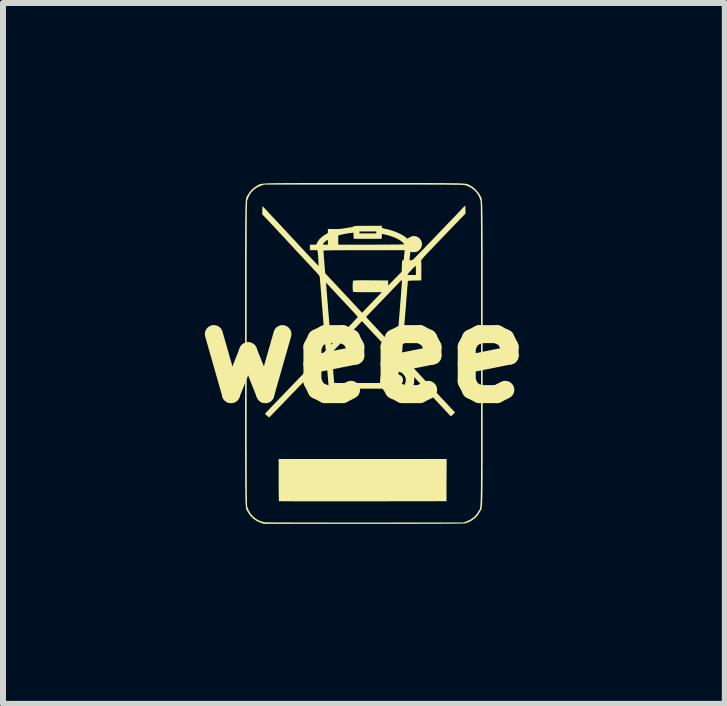
<source format=kicad_pcb>
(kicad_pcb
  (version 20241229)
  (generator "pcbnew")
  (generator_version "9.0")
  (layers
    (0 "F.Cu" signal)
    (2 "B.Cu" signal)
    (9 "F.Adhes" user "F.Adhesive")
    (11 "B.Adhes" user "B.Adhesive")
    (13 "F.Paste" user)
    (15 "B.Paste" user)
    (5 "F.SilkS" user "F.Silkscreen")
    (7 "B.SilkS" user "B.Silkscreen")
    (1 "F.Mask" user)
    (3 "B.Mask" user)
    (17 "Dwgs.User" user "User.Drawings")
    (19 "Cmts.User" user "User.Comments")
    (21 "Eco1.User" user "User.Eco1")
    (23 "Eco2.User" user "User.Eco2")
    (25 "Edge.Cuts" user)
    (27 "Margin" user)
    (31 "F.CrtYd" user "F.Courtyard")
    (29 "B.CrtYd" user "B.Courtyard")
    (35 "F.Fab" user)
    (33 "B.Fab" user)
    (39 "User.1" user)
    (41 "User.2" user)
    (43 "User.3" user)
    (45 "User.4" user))
  (footprint "weee"
    (layer "F.Cu")
    (at 3.014 2.84)
    (property "Reference" "weee" (at 0 0 0) (layer "F.SilkS") (effects (font (size 1.5 1.5) (thickness 0.3))))
    (attr board_only exclude_from_pos_files exclude_from_bom)
    (fp_poly (pts (xy 0.583 0.352) (xy 0.614 0.367) (xy 0.638 0.393) (xy 0.639 0.393) (xy 0.651 0.423) (xy 0.652 0.455) (xy 0.644 0.486) (xy 0.625 0.513) (xy 0.606 0.529) (xy 0.58 0.538) (xy 0.55 0.539) (xy 0.521 0.533) (xy 0.509 0.527) (xy 0.483 0.504) (xy 0.467 0.477) (xy 0.461 0.447) (xy 0.465 0.417) (xy 0.478 0.39) (xy 0.499 0.368) (xy 0.528 0.353) (xy 0.549 0.349)) (stroke (width 0) (type solid)) (fill yes) (layer "F.SilkS"))
    (fp_poly (pts (xy 1.378 2.112) (xy 1.377 2.463) (xy -0.017 2.465) (xy -0.153 2.465) (xy -0.284 2.465) (xy -0.412 2.465) (xy -0.535 2.465) (xy -0.652 2.465) (xy -0.764 2.465) (xy -0.869 2.465) (xy -0.966 2.465) (xy -1.056 2.465) (xy -1.137 2.465) (xy -1.209 2.464) (xy -1.272 2.464) (xy -1.324 2.464) (xy -1.365 2.463) (xy -1.394 2.463) (xy -1.411 2.463) (xy -1.416 2.462) (xy -1.416 2.455) (xy -1.417 2.435) (xy -1.418 2.405) (xy -1.419 2.365) (xy -1.419 2.317) (xy -1.42 2.262) (xy -1.42 2.201) (xy -1.42 2.136) (xy -1.42 2.109) (xy -1.42 1.76) (xy -0.02 1.76) (xy 1.38 1.76)) (stroke (width 0) (type solid)) (fill yes) (layer "F.SilkS"))
    (fp_poly (pts (xy -0.479 -2.84) (xy -0.325 -2.84) (xy -0.158 -2.84) (xy -0.000267 -2.84) (xy 0.177 -2.84) (xy 0.342 -2.84) (xy 0.494 -2.84) (xy 0.634 -2.84) (xy 0.764 -2.84) (xy 0.882 -2.84) (xy 0.99 -2.84) (xy 1.088 -2.84) (xy 1.177 -2.839) (xy 1.257 -2.839) (xy 1.328 -2.839) (xy 1.392 -2.838) (xy 1.449 -2.837) (xy 1.499 -2.837) (xy 1.542 -2.836) (xy 1.58 -2.835) (xy 1.612 -2.834) (xy 1.639 -2.832) (xy 1.663 -2.831) (xy 1.682 -2.829) (xy 1.698 -2.827) (xy 1.711 -2.825) (xy 1.722 -2.822) (xy 1.731 -2.819) (xy 1.739 -2.817) (xy 1.746 -2.813) (xy 1.753 -2.81) (xy 1.76 -2.806) (xy 1.767 -2.802) (xy 1.773 -2.799) (xy 1.811 -2.776) (xy 1.85 -2.744) (xy 1.887 -2.706) (xy 1.919 -2.667) (xy 1.939 -2.633) (xy 1.942 -2.626) (xy 1.946 -2.62) (xy 1.949 -2.615) (xy 1.952 -2.61) (xy 1.955 -2.605) (xy 1.957 -2.599) (xy 1.959 -2.592) (xy 1.962 -2.584) (xy 1.964 -2.574) (xy 1.966 -2.562) (xy 1.967 -2.547) (xy 1.969 -2.529) (xy 1.97 -2.508) (xy 1.972 -2.483) (xy 1.973 -2.454) (xy 1.974 -2.42) (xy 1.975 -2.381) (xy 1.976 -2.337) (xy 1.977 -2.287) (xy 1.977 -2.23) (xy 1.978 -2.168) (xy 1.978 -2.098) (xy 1.979 -2.02) (xy 1.979 -1.935) (xy 1.979 -1.842) (xy 1.98 -1.74) (xy 1.98 -1.629) (xy 1.98 -1.508) (xy 1.98 -1.378) (xy 1.98 -1.238) (xy 1.98 -1.086) (xy 1.98 -0.924) (xy 1.98 -0.751) (xy 1.98 -0.565) (xy 1.98 -0.367) (xy 1.98 -0.157) (xy 1.98 -0.000001) (xy 1.98 0.22) (xy 1.98 0.427) (xy 1.98 0.621) (xy 1.98 0.803) (xy 1.98 0.973) (xy 1.98 1.132) (xy 1.98 1.281) (xy 1.98 1.418) (xy 1.98 1.546) (xy 1.98 1.664) (xy 1.98 1.772) (xy 1.979 1.872) (xy 1.979 1.963) (xy 1.979 2.046) (xy 1.978 2.121) (xy 1.978 2.189) (xy 1.977 2.25) (xy 1.976 2.304) (xy 1.975 2.353) (xy 1.975 2.396) (xy 1.973 2.433) (xy 1.972 2.466) (xy 1.971 2.494) (xy 1.97 2.518) (xy 1.968 2.538) (xy 1.966 2.555) (xy 1.964 2.569) (xy 1.962 2.581) (xy 1.96 2.59) (xy 1.957 2.598) (xy 1.955 2.605) (xy 1.952 2.611) (xy 1.949 2.616) (xy 1.946 2.621) (xy 1.942 2.626) (xy 1.939 2.633) (xy 1.935 2.639) (xy 1.901 2.694) (xy 1.855 2.742) (xy 1.802 2.783) (xy 1.741 2.815) (xy 1.7 2.829) (xy 1.696 2.83) (xy 1.689 2.832) (xy 1.68 2.833) (xy 1.669 2.833) (xy 1.654 2.834) (xy 1.636 2.835) (xy 1.613 2.836) (xy 1.585 2.836) (xy 1.553 2.837) (xy 1.514 2.837) (xy 1.47 2.838) (xy 1.418 2.838) (xy 1.36 2.838) (xy 1.294 2.839) (xy 1.22 2.839) (xy 1.137 2.839) (xy 1.045 2.839) (xy 0.943 2.84) (xy 0.831 2.84) (xy 0.709 2.84) (xy 0.576 2.84) (xy 0.431 2.84) (xy 0.274 2.84) (xy 0.104 2.84) (xy -0.003 2.84) (xy -1.67 2.84) (xy -1.72 2.823) (xy -1.786 2.793) (xy -1.844 2.754) (xy -1.893 2.705) (xy -1.933 2.646) (xy -1.936 2.639) (xy -1.94 2.633) (xy -1.944 2.627) (xy -1.947 2.622) (xy -1.95 2.617) (xy -1.953 2.613) (xy -1.956 2.607) (xy -1.958 2.601) (xy -1.961 2.593) (xy -1.963 2.583) (xy -1.965 2.572) (xy -1.967 2.557) (xy -1.968 2.54) (xy -1.97 2.52) (xy -1.971 2.495) (xy -1.973 2.467) (xy -1.974 2.434) (xy -1.975 2.396) (xy -1.976 2.353) (xy -1.976 2.303) (xy -1.977 2.248) (xy -1.978 2.186) (xy -1.978 2.117) (xy -1.979 2.041) (xy -1.979 1.957) (xy -1.979 1.865) (xy -1.98 1.764) (xy -1.98 1.655) (xy -1.98 1.536) (xy -1.98 1.407) (xy -1.98 1.268) (xy -1.98 1.119) (xy -1.98 0.958) (xy -1.98 0.786) (xy -1.98 0.603) (xy -1.98 0.407) (xy -1.98 0.198) (xy -1.98 -0.000001) (xy -1.98 -0.119) (xy -1.953 -0.119) (xy -1.953 -0.000457) (xy -1.953 0.221) (xy -1.953 0.429) (xy -1.953 0.625) (xy -1.953 0.808) (xy -1.953 0.98) (xy -1.953 1.14) (xy -1.953 1.289) (xy -1.953 1.428) (xy -1.953 1.556) (xy -1.952 1.675) (xy -1.952 1.784) (xy -1.952 1.883) (xy -1.952 1.974) (xy -1.952 2.057) (xy -1.951 2.132) (xy -1.951 2.199) (xy -1.951 2.259) (xy -1.95 2.312) (xy -1.95 2.358) (xy -1.949 2.399) (xy -1.949 2.434) (xy -1.948 2.463) (xy -1.948 2.488) (xy -1.947 2.508) (xy -1.946 2.524) (xy -1.946 2.536) (xy -1.945 2.545) (xy -1.944 2.551) (xy -1.944 2.552) (xy -1.92 2.615) (xy -1.886 2.672) (xy -1.842 2.721) (xy -1.791 2.761) (xy -1.732 2.791) (xy -1.669 2.81) (xy -1.647 2.814) (xy -1.637 2.814) (xy -1.614 2.814) (xy -1.579 2.815) (xy -1.533 2.815) (xy -1.476 2.816) (xy -1.408 2.816) (xy -1.33 2.816) (xy -1.243 2.816) (xy -1.148 2.817) (xy -1.045 2.817) (xy -0.934 2.817) (xy -0.816 2.817) (xy -0.692 2.817) (xy -0.562 2.818) (xy -0.427 2.818) (xy -0.287 2.818) (xy -0.144 2.818) (xy 0.003 2.818) (xy 0.027 2.818) (xy 1.663 2.817) (xy 1.711 2.799) (xy 1.775 2.769) (xy 1.832 2.729) (xy 1.879 2.679) (xy 1.913 2.627) (xy 1.916 2.62) (xy 1.92 2.615) (xy 1.923 2.611) (xy 1.926 2.606) (xy 1.928 2.601) (xy 1.931 2.596) (xy 1.933 2.59) (xy 1.935 2.582) (xy 1.937 2.572) (xy 1.939 2.56) (xy 1.941 2.545) (xy 1.943 2.528) (xy 1.944 2.506) (xy 1.945 2.481) (xy 1.946 2.452) (xy 1.948 2.418) (xy 1.948 2.379) (xy 1.949 2.335) (xy 1.95 2.284) (xy 1.951 2.228) (xy 1.951 2.164) (xy 1.952 2.094) (xy 1.952 2.016) (xy 1.952 1.931) (xy 1.953 1.837) (xy 1.953 1.734) (xy 1.953 1.622) (xy 1.953 1.501) (xy 1.953 1.37) (xy 1.953 1.229) (xy 1.953 1.077) (xy 1.953 0.914) (xy 1.953 0.739) (xy 1.953 0.553) (xy 1.953 0.354) (xy 1.953 0.143) (xy 1.953 0.001) (xy 1.953 -0.218) (xy 1.953 -0.424) (xy 1.953 -0.617) (xy 1.953 -0.798) (xy 1.953 -0.968) (xy 1.953 -1.126) (xy 1.953 -1.273) (xy 1.953 -1.41) (xy 1.953 -1.537) (xy 1.953 -1.653) (xy 1.953 -1.761) (xy 1.952 -1.859) (xy 1.952 -1.949) (xy 1.952 -2.031) (xy 1.952 -2.105) (xy 1.951 -2.171) (xy 1.951 -2.231) (xy 1.951 -2.283) (xy 1.95 -2.33) (xy 1.95 -2.371) (xy 1.949 -2.407) (xy 1.949 -2.437) (xy 1.948 -2.463) (xy 1.948 -2.485) (xy 1.947 -2.503) (xy 1.946 -2.517) (xy 1.946 -2.528) (xy 1.945 -2.537) (xy 1.944 -2.544) (xy 1.943 -2.548) (xy 1.943 -2.549) (xy 1.92 -2.611) (xy 1.887 -2.667) (xy 1.843 -2.716) (xy 1.792 -2.757) (xy 1.734 -2.788) (xy 1.69 -2.803) (xy 1.684 -2.804) (xy 1.677 -2.805) (xy 1.667 -2.806) (xy 1.654 -2.807) (xy 1.637 -2.808) (xy 1.616 -2.809) (xy 1.59 -2.809) (xy 1.56 -2.81) (xy 1.523 -2.81) (xy 1.481 -2.811) (xy 1.432 -2.811) (xy 1.376 -2.812) (xy 1.313 -2.812) (xy 1.242 -2.812) (xy 1.162 -2.812) (xy 1.073 -2.813) (xy 0.974 -2.813) (xy 0.866 -2.813) (xy 0.747 -2.813) (xy 0.618 -2.813) (xy 0.476 -2.813) (xy 0.323 -2.813) (xy 0.158 -2.813) (xy -0.006 -2.813) (xy -1.663 -2.813) (xy -1.707 -2.798) (xy -1.773 -2.769) (xy -1.829 -2.731) (xy -1.876 -2.683) (xy -1.913 -2.626) (xy -1.94 -2.561) (xy -1.943 -2.554) (xy -1.944 -2.55) (xy -1.944 -2.544) (xy -1.945 -2.537) (xy -1.946 -2.527) (xy -1.947 -2.514) (xy -1.947 -2.498) (xy -1.948 -2.478) (xy -1.949 -2.455) (xy -1.949 -2.427) (xy -1.95 -2.394) (xy -1.95 -2.356) (xy -1.951 -2.312) (xy -1.951 -2.263) (xy -1.951 -2.207) (xy -1.952 -2.144) (xy -1.952 -2.074) (xy -1.952 -1.996) (xy -1.952 -1.911) (xy -1.952 -1.817) (xy -1.953 -1.714) (xy -1.953 -1.603) (xy -1.953 -1.481) (xy -1.953 -1.35) (xy -1.953 -1.209) (xy -1.953 -1.056) (xy -1.953 -0.893) (xy -1.953 -0.718) (xy -1.953 -0.531) (xy -1.953 -0.331) (xy -1.953 -0.119) (xy -1.98 -0.119) (xy -1.98 -0.22) (xy -1.98 -0.427) (xy -1.98 -0.622) (xy -1.98 -0.804) (xy -1.98 -0.975) (xy -1.98 -1.134) (xy -1.98 -1.283) (xy -1.98 -1.421) (xy -1.98 -1.549) (xy -1.98 -1.667) (xy -1.98 -1.775) (xy -1.979 -1.875) (xy -1.979 -1.966) (xy -1.979 -2.05) (xy -1.978 -2.125) (xy -1.978 -2.193) (xy -1.977 -2.254) (xy -1.976 -2.309) (xy -1.976 -2.358) (xy -1.975 -2.401) (xy -1.974 -2.438) (xy -1.972 -2.471) (xy -1.971 -2.499) (xy -1.97 -2.523) (xy -1.968 -2.543) (xy -1.966 -2.56) (xy -1.964 -2.574) (xy -1.962 -2.586) (xy -1.96 -2.595) (xy -1.958 -2.603) (xy -1.955 -2.609) (xy -1.952 -2.614) (xy -1.949 -2.619) (xy -1.946 -2.624) (xy -1.943 -2.629) (xy -1.939 -2.635) (xy -1.935 -2.642) (xy -1.904 -2.689) (xy -1.864 -2.734) (xy -1.818 -2.772) (xy -1.781 -2.796) (xy -1.773 -2.8) (xy -1.765 -2.805) (xy -1.759 -2.809) (xy -1.752 -2.812) (xy -1.745 -2.816) (xy -1.737 -2.819) (xy -1.728 -2.822) (xy -1.716 -2.824) (xy -1.703 -2.826) (xy -1.686 -2.829) (xy -1.666 -2.83) (xy -1.643 -2.832) (xy -1.614 -2.834) (xy -1.581 -2.835) (xy -1.543 -2.836) (xy -1.499 -2.837) (xy -1.448 -2.838) (xy -1.39 -2.838) (xy -1.325 -2.839) (xy -1.252 -2.839) (xy -1.171 -2.839) (xy -1.081 -2.84) (xy -0.981 -2.84) (xy -0.872 -2.84) (xy -0.752 -2.84) (xy -0.621 -2.84)) (stroke (width 0) (type solid)) (fill yes) (layer "F.SilkS"))
    (fp_poly (pts (xy 1.69 -2.454) (xy 1.692 -2.437) (xy 1.693 -2.413) (xy 1.693 -2.395) (xy 1.693 -2.33) (xy 1.628 -2.263) (xy 1.599 -2.233) (xy 1.564 -2.196) (xy 1.528 -2.159) (xy 1.495 -2.125) (xy 1.49 -2.12) (xy 1.47 -2.099) (xy 1.443 -2.071) (xy 1.409 -2.035) (xy 1.369 -1.994) (xy 1.325 -1.948) (xy 1.278 -1.899) (xy 1.23 -1.849) (xy 1.182 -1.799) (xy 1.125 -1.739) (xy 1.075 -1.687) (xy 1.034 -1.643) (xy 1.001 -1.607) (xy 0.976 -1.579) (xy 0.961 -1.56) (xy 0.954 -1.55) (xy 0.954 -1.549) (xy 0.956 -1.54) (xy 0.957 -1.52) (xy 0.958 -1.488) (xy 0.959 -1.447) (xy 0.959 -1.398) (xy 0.958 -1.38) (xy 0.957 -1.217) (xy 0.845 -1.215) (xy 0.801 -1.214) (xy 0.767 -1.212) (xy 0.744 -1.21) (xy 0.734 -1.207) (xy 0.733 -1.206) (xy 0.733 -1.199) (xy 0.731 -1.179) (xy 0.729 -1.148) (xy 0.725 -1.106) (xy 0.721 -1.055) (xy 0.717 -0.995) (xy 0.711 -0.927) (xy 0.705 -0.853) (xy 0.699 -0.773) (xy 0.692 -0.688) (xy 0.685 -0.599) (xy 0.683 -0.582) (xy 0.633 0.036) (xy 0.672 0.076) (xy 0.69 0.095) (xy 0.706 0.112) (xy 0.715 0.122) (xy 0.717 0.124) (xy 0.723 0.131) (xy 0.737 0.146) (xy 0.757 0.167) (xy 0.782 0.194) (xy 0.81 0.223) (xy 0.81 0.224) (xy 0.842 0.257) (xy 0.874 0.292) (xy 0.903 0.324) (xy 0.929 0.351) (xy 0.943 0.367) (xy 0.97 0.395) (xy 1 0.428) (xy 1.029 0.459) (xy 1.037 0.467) (xy 1.063 0.495) (xy 1.093 0.526) (xy 1.119 0.555) (xy 1.127 0.563) (xy 1.146 0.584) (xy 1.163 0.602) (xy 1.174 0.614) (xy 1.176 0.617) (xy 1.183 0.624) (xy 1.197 0.639) (xy 1.217 0.661) (xy 1.242 0.687) (xy 1.27 0.717) (xy 1.273 0.721) (xy 1.304 0.754) (xy 1.335 0.786) (xy 1.362 0.816) (xy 1.386 0.841) (xy 1.401 0.857) (xy 1.424 0.882) (xy 1.451 0.911) (xy 1.476 0.938) (xy 1.479 0.94) (xy 1.519 0.983) (xy 1.488 1.015) (xy 1.472 1.031) (xy 1.458 1.042) (xy 1.452 1.047) (xy 1.445 1.042) (xy 1.432 1.03) (xy 1.414 1.012) (xy 1.405 1.002) (xy 1.383 0.978) (xy 1.356 0.949) (xy 1.327 0.918) (xy 1.304 0.893) (xy 1.276 0.864) (xy 1.246 0.832) (xy 1.219 0.803) (xy 1.201 0.783) (xy 1.175 0.756) (xy 1.146 0.725) (xy 1.118 0.695) (xy 1.11 0.687) (xy 1.089 0.664) (xy 1.062 0.635) (xy 1.031 0.602) (xy 1 0.568) (xy 0.983 0.55) (xy 0.955 0.519) (xy 0.926 0.489) (xy 0.901 0.462) (xy 0.881 0.44) (xy 0.872 0.43) (xy 0.84 0.397) (xy 0.84 0.445) (xy 0.834 0.507) (xy 0.815 0.563) (xy 0.786 0.614) (xy 0.746 0.657) (xy 0.698 0.692) (xy 0.641 0.717) (xy 0.6 0.725) (xy 0.552 0.727) (xy 0.504 0.722) (xy 0.46 0.711) (xy 0.444 0.705) (xy 0.399 0.679) (xy 0.36 0.649) (xy 0.331 0.615) (xy 0.329 0.613) (xy 0.312 0.587) (xy -0.028 0.587) (xy -0.367 0.587) (xy -0.367 0.657) (xy -0.367 0.727) (xy -0.46 0.727) (xy -0.553 0.727) (xy -0.553 0.657) (xy -0.553 0.587) (xy -0.57 0.587) (xy -0.583 0.584) (xy -0.587 0.573) (xy -0.587 0.572) (xy -0.587 0.559) (xy -0.589 0.535) (xy -0.591 0.502) (xy -0.595 0.463) (xy -0.598 0.419) (xy -0.602 0.371) (xy -0.606 0.322) (xy -0.611 0.273) (xy -0.615 0.227) (xy -0.618 0.184) (xy -0.622 0.147) (xy -0.625 0.118) (xy -0.627 0.098) (xy -0.628 0.09) (xy -0.628 0.09) (xy -0.633 0.093) (xy -0.647 0.106) (xy -0.667 0.126) (xy -0.693 0.152) (xy -0.724 0.183) (xy -0.759 0.219) (xy -0.781 0.242) (xy -0.822 0.284) (xy -0.865 0.329) (xy -0.907 0.373) (xy -0.947 0.414) (xy -0.981 0.45) (xy -1.009 0.479) (xy -1.014 0.483) (xy -1.049 0.52) (xy -1.089 0.561) (xy -1.13 0.604) (xy -1.168 0.644) (xy -1.184 0.66) (xy -1.22 0.697) (xy -1.261 0.74) (xy -1.303 0.784) (xy -1.342 0.824) (xy -1.357 0.84) (xy -1.391 0.875) (xy -1.427 0.912) (xy -1.463 0.949) (xy -1.495 0.982) (xy -1.51 0.998) (xy -1.534 1.023) (xy -1.554 1.043) (xy -1.57 1.058) (xy -1.578 1.066) (xy -1.579 1.066) (xy -1.586 1.062) (xy -1.599 1.051) (xy -1.616 1.037) (xy -1.649 1.007) (xy -1.62 0.975) (xy -1.605 0.959) (xy -1.583 0.936) (xy -1.557 0.909) (xy -1.529 0.879) (xy -1.514 0.864) (xy -1.481 0.83) (xy -1.443 0.79) (xy -1.403 0.749) (xy -1.366 0.711) (xy -1.353 0.697) (xy -1.325 0.667) (xy -1.297 0.639) (xy -1.274 0.615) (xy -1.256 0.596) (xy -1.247 0.587) (xy -1.236 0.576) (xy -1.218 0.557) (xy -1.193 0.531) (xy -1.163 0.5) (xy -1.129 0.464) (xy -1.093 0.426) (xy -1.077 0.41) (xy -1.035 0.367) (xy -0.992 0.322) (xy -0.95 0.277) (xy -0.91 0.236) (xy -0.874 0.199) (xy -0.845 0.169) (xy -0.843 0.167) (xy -0.81 0.133) (xy -0.775 0.096) (xy -0.741 0.061) (xy -0.711 0.03) (xy -0.696 0.015) (xy -0.67 -0.012) (xy -0.537 -0.012) (xy -0.516 0.239) (xy -0.511 0.295) (xy -0.507 0.347) (xy -0.503 0.394) (xy -0.499 0.433) (xy -0.497 0.463) (xy -0.495 0.483) (xy -0.494 0.491) (xy -0.494 0.492) (xy -0.488 0.492) (xy -0.469 0.492) (xy -0.439 0.493) (xy -0.399 0.493) (xy -0.351 0.493) (xy -0.296 0.493) (xy -0.234 0.493) (xy -0.167 0.493) (xy -0.111 0.493) (xy 0.271 0.493) (xy 0.273 0.464) (xy 0.418 0.464) (xy 0.428 0.502) (xy 0.449 0.535) (xy 0.481 0.562) (xy 0.495 0.57) (xy 0.535 0.583) (xy 0.576 0.585) (xy 0.615 0.574) (xy 0.634 0.564) (xy 0.666 0.535) (xy 0.688 0.498) (xy 0.698 0.458) (xy 0.699 0.434) (xy 0.696 0.414) (xy 0.688 0.393) (xy 0.683 0.383) (xy 0.66 0.348) (xy 0.629 0.322) (xy 0.594 0.307) (xy 0.556 0.303) (xy 0.518 0.309) (xy 0.483 0.326) (xy 0.454 0.35) (xy 0.43 0.387) (xy 0.418 0.425) (xy 0.418 0.464) (xy 0.273 0.464) (xy 0.275 0.434) (xy 0.278 0.4) (xy 0.282 0.375) (xy 0.29 0.35) (xy 0.302 0.325) (xy 0.322 0.29) (xy 0.345 0.258) (xy 0.357 0.244) (xy 0.379 0.226) (xy 0.406 0.207) (xy 0.435 0.19) (xy 0.463 0.177) (xy 0.486 0.168) (xy 0.496 0.167) (xy 0.511 0.164) (xy 0.521 0.156) (xy 0.527 0.14) (xy 0.53 0.113) (xy 0.535 0.07) (xy 0.476 0.006) (xy 0.44 -0.033) (xy 0.399 -0.077) (xy 0.354 -0.124) (xy 0.31 -0.172) (xy 0.268 -0.217) (xy 0.23 -0.258) (xy 0.2 -0.29) (xy 0.173 -0.318) (xy 0.144 -0.35) (xy 0.117 -0.379) (xy 0.106 -0.39) (xy 0.087 -0.41) (xy 0.072 -0.427) (xy 0.062 -0.438) (xy 0.06 -0.44) (xy 0.054 -0.446) (xy 0.042 -0.459) (xy 0.024 -0.478) (xy 0.012 -0.491) (xy -0.033 -0.538) (xy -0.065 -0.504) (xy -0.077 -0.491) (xy -0.097 -0.47) (xy -0.123 -0.442) (xy -0.155 -0.409) (xy -0.191 -0.371) (xy -0.23 -0.331) (xy -0.26 -0.3) (xy -0.301 -0.258) (xy -0.341 -0.215) (xy -0.38 -0.175) (xy -0.415 -0.139) (xy -0.446 -0.107) (xy -0.469 -0.083) (xy -0.48 -0.071) (xy -0.537 -0.012) (xy -0.67 -0.012) (xy -0.636 -0.048) (xy -0.644 -0.145) (xy -0.646 -0.168) (xy -0.649 -0.203) (xy -0.653 -0.248) (xy -0.657 -0.303) (xy -0.662 -0.366) (xy -0.668 -0.435) (xy -0.674 -0.511) (xy -0.68 -0.59) (xy -0.687 -0.673) (xy -0.693 -0.757) (xy -0.7 -0.838) (xy -0.706 -0.916) (xy -0.712 -0.99) (xy -0.717 -1.057) (xy -0.722 -1.118) (xy -0.727 -1.171) (xy -0.727 -1.178) (xy -0.631 -1.178) (xy -0.63 -1.171) (xy -0.629 -1.153) (xy -0.626 -1.123) (xy -0.623 -1.084) (xy -0.62 -1.037) (xy -0.615 -0.982) (xy -0.61 -0.922) (xy -0.605 -0.857) (xy -0.599 -0.788) (xy -0.594 -0.718) (xy -0.588 -0.646) (xy -0.582 -0.575) (xy -0.576 -0.505) (xy -0.571 -0.438) (xy -0.566 -0.375) (xy -0.561 -0.317) (xy -0.557 -0.265) (xy -0.553 -0.221) (xy -0.55 -0.187) (xy -0.548 -0.162) (xy -0.547 -0.149) (xy -0.547 -0.147) (xy -0.543 -0.15) (xy -0.53 -0.161) (xy -0.51 -0.182) (xy -0.481 -0.211) (xy -0.443 -0.249) (xy -0.397 -0.297) (xy -0.342 -0.354) (xy -0.278 -0.42) (xy -0.237 -0.463) (xy -0.202 -0.498) (xy -0.171 -0.531) (xy -0.145 -0.559) (xy -0.123 -0.582) (xy -0.109 -0.598) (xy -0.102 -0.606) (xy -0.101 -0.606) (xy -0.102 -0.608) (xy 0.04 -0.608) (xy 0.04 -0.606) (xy 0.042 -0.604) (xy 0.045 -0.599) (xy 0.051 -0.592) (xy 0.06 -0.582) (xy 0.073 -0.568) (xy 0.09 -0.549) (xy 0.113 -0.525) (xy 0.141 -0.495) (xy 0.175 -0.458) (xy 0.216 -0.414) (xy 0.265 -0.362) (xy 0.322 -0.301) (xy 0.347 -0.274) (xy 0.386 -0.232) (xy 0.422 -0.193) (xy 0.455 -0.158) (xy 0.484 -0.127) (xy 0.506 -0.103) (xy 0.522 -0.086) (xy 0.53 -0.077) (xy 0.53 -0.077) (xy 0.543 -0.062) (xy 0.545 -0.08) (xy 0.546 -0.089) (xy 0.548 -0.11) (xy 0.551 -0.143) (xy 0.554 -0.186) (xy 0.559 -0.238) (xy 0.564 -0.298) (xy 0.569 -0.366) (xy 0.575 -0.44) (xy 0.582 -0.519) (xy 0.588 -0.602) (xy 0.593 -0.657) (xy 0.6 -0.742) (xy 0.606 -0.823) (xy 0.612 -0.9) (xy 0.618 -0.971) (xy 0.622 -1.035) (xy 0.627 -1.091) (xy 0.63 -1.138) (xy 0.633 -1.176) (xy 0.634 -1.204) (xy 0.635 -1.219) (xy 0.635 -1.223) (xy 0.629 -1.221) (xy 0.617 -1.211) (xy 0.6 -1.195) (xy 0.592 -1.186) (xy 0.575 -1.168) (xy 0.55 -1.142) (xy 0.516 -1.106) (xy 0.474 -1.063) (xy 0.425 -1.012) (xy 0.369 -0.953) (xy 0.306 -0.888) (xy 0.237 -0.817) (xy 0.167 -0.744) (xy 0.129 -0.705) (xy 0.1 -0.674) (xy 0.078 -0.651) (xy 0.062 -0.635) (xy 0.051 -0.623) (xy 0.045 -0.616) (xy 0.041 -0.612) (xy 0.04 -0.609) (xy 0.04 -0.608) (xy 0.04 -0.608) (xy -0.102 -0.608) (xy -0.105 -0.613) (xy -0.116 -0.627) (xy -0.134 -0.647) (xy -0.156 -0.671) (xy -0.168 -0.684) (xy -0.197 -0.715) (xy -0.232 -0.753) (xy -0.268 -0.792) (xy -0.303 -0.829) (xy -0.317 -0.843) (xy -0.345 -0.874) (xy -0.381 -0.912) (xy -0.42 -0.954) (xy -0.46 -0.997) (xy -0.499 -1.039) (xy -0.514 -1.055) (xy -0.545 -1.088) (xy -0.573 -1.118) (xy -0.597 -1.144) (xy -0.616 -1.163) (xy -0.627 -1.175) (xy -0.631 -1.178) (xy -0.727 -1.178) (xy -0.731 -1.215) (xy -0.733 -1.249) (xy -0.736 -1.272) (xy -0.737 -1.283) (xy -0.737 -1.283) (xy -0.742 -1.293) (xy -0.755 -1.31) (xy -0.774 -1.332) (xy -0.797 -1.358) (xy -0.808 -1.37) (xy -0.882 -1.45) (xy -0.753 -1.45) (xy -0.75 -1.447) (xy -0.747 -1.45) (xy -0.75 -1.453) (xy -0.753 -1.45) (xy -0.882 -1.45) (xy -0.898 -1.467) (xy -0.979 -1.554) (xy -1.052 -1.632) (xy -1.119 -1.703) (xy -1.178 -1.767) (xy -1.231 -1.824) (xy -1.278 -1.875) (xy -1.321 -1.921) (xy -1.359 -1.962) (xy -1.394 -1.999) (xy -1.425 -2.032) (xy -1.453 -2.063) (xy -1.48 -2.091) (xy -1.503 -2.117) (xy -1.535 -2.15) (xy -1.568 -2.186) (xy -1.6 -2.219) (xy -1.627 -2.248) (xy -1.638 -2.26) (xy -1.693 -2.317) (xy -1.693 -2.386) (xy -1.693 -2.414) (xy -1.692 -2.436) (xy -1.69 -2.449) (xy -1.688 -2.452) (xy -1.682 -2.447) (xy -1.669 -2.433) (xy -1.649 -2.413) (xy -1.624 -2.387) (xy -1.596 -2.357) (xy -1.584 -2.343) (xy -1.547 -2.304) (xy -1.507 -2.261) (xy -1.466 -2.218) (xy -1.429 -2.177) (xy -1.4 -2.147) (xy -1.373 -2.118) (xy -1.339 -2.081) (xy -1.3 -2.04) (xy -1.258 -1.994) (xy -1.213 -1.946) (xy -1.168 -1.898) (xy -1.123 -1.85) (xy -1.082 -1.805) (xy -1.044 -1.764) (xy -1.011 -1.729) (xy -0.986 -1.702) (xy -0.978 -1.693) (xy -0.926 -1.638) (xy -0.883 -1.592) (xy -0.848 -1.555) (xy -0.82 -1.525) (xy -0.797 -1.501) (xy -0.781 -1.484) (xy -0.769 -1.473) (xy -0.761 -1.466) (xy -0.757 -1.463) (xy -0.755 -1.463) (xy -0.754 -1.47) (xy -0.755 -1.488) (xy -0.756 -1.514) (xy -0.758 -1.546) (xy -0.76 -1.58) (xy -0.762 -1.615) (xy -0.765 -1.648) (xy -0.768 -1.675) (xy -0.77 -1.695) (xy -0.771 -1.702) (xy -0.773 -1.712) (xy -0.673 -1.712) (xy -0.673 -1.703) (xy -0.672 -1.683) (xy -0.669 -1.653) (xy -0.667 -1.615) (xy -0.663 -1.572) (xy -0.659 -1.524) (xy -0.659 -1.52) (xy -0.645 -1.337) (xy -0.604 -1.293) (xy -0.562 -1.248) (xy -0.52 -1.203) (xy -0.48 -1.16) (xy -0.445 -1.123) (xy -0.427 -1.103) (xy -0.414 -1.089) (xy -0.393 -1.067) (xy -0.366 -1.038) (xy -0.333 -1.003) (xy -0.296 -0.963) (xy -0.256 -0.921) (xy -0.215 -0.877) (xy -0.21 -0.871) (xy -0.03 -0.678) (xy 0.047 -0.758) (xy 0.078 -0.791) (xy 0.116 -0.83) (xy 0.155 -0.871) (xy 0.193 -0.91) (xy 0.211 -0.929) (xy 0.299 -1.02) (xy 0.064 -1.02) (xy -0.003 -1.02) (xy -0.058 -1.021) (xy -0.102 -1.021) (xy -0.134 -1.022) (xy -0.158 -1.024) (xy -0.172 -1.026) (xy -0.179 -1.028) (xy -0.179 -1.028) (xy -0.182 -1.038) (xy -0.185 -1.059) (xy -0.187 -1.086) (xy -0.187 -1.116) (xy -0.187 -1.147) (xy -0.185 -1.176) (xy -0.182 -1.198) (xy -0.179 -1.211) (xy -0.178 -1.213) (xy -0.171 -1.215) (xy -0.155 -1.216) (xy -0.129 -1.217) (xy -0.093 -1.218) (xy -0.046 -1.219) (xy 0.012 -1.219) (xy 0.083 -1.219) (xy 0.117 -1.218) (xy 0.403 -1.217) (xy 0.405 -1.174) (xy 0.407 -1.131) (xy 0.441 -1.167) (xy 0.457 -1.185) (xy 0.481 -1.209) (xy 0.508 -1.238) (xy 0.538 -1.268) (xy 0.552 -1.282) (xy 0.585 -1.316) (xy 0.728 -1.316) (xy 0.73 -1.312) (xy 0.738 -1.309) (xy 0.756 -1.307) (xy 0.784 -1.307) (xy 0.796 -1.307) (xy 0.867 -1.307) (xy 0.867 -1.383) (xy 0.866 -1.414) (xy 0.865 -1.438) (xy 0.863 -1.454) (xy 0.862 -1.46) (xy 0.855 -1.455) (xy 0.842 -1.443) (xy 0.824 -1.424) (xy 0.803 -1.403) (xy 0.781 -1.379) (xy 0.761 -1.357) (xy 0.744 -1.337) (xy 0.732 -1.323) (xy 0.728 -1.316) (xy 0.585 -1.316) (xy 0.63 -1.361) (xy 0.633 -1.456) (xy 0.635 -1.493) (xy 0.636 -1.519) (xy 0.638 -1.536) (xy 0.641 -1.545) (xy 0.644 -1.55) (xy 0.65 -1.552) (xy 0.651 -1.552) (xy 0.658 -1.554) (xy 0.663 -1.56) (xy 0.666 -1.572) (xy 0.668 -1.594) (xy 0.669 -1.612) (xy 0.672 -1.642) (xy 0.675 -1.67) (xy 0.677 -1.691) (xy 0.677 -1.695) (xy 0.681 -1.72) (xy 0.004 -1.72) (xy -0.11 -1.72) (xy -0.211 -1.72) (xy -0.301 -1.72) (xy -0.378 -1.719) (xy -0.446 -1.719) (xy -0.503 -1.719) (xy -0.55 -1.718) (xy -0.589 -1.717) (xy -0.619 -1.717) (xy -0.643 -1.716) (xy -0.659 -1.715) (xy -0.669 -1.714) (xy -0.673 -1.712) (xy -0.673 -1.712) (xy -0.773 -1.712) (xy -0.774 -1.72) (xy -0.837 -1.72) (xy -0.9 -1.72) (xy -0.9 -1.767) (xy -0.9 -1.813) (xy -0.844 -1.813) (xy -0.817 -1.813) (xy -0.8 -1.815) (xy -0.791 -1.817) (xy -0.789 -1.819) (xy -0.683 -1.819) (xy -0.68 -1.815) (xy -0.669 -1.814) (xy -0.648 -1.813) (xy -0.644 -1.813) (xy -0.6 -1.813) (xy -0.427 -1.813) (xy 0.123 -1.813) (xy 0.208 -1.813) (xy 0.288 -1.814) (xy 0.364 -1.814) (xy 0.433 -1.814) (xy 0.496 -1.815) (xy 0.551 -1.815) (xy 0.597 -1.816) (xy 0.633 -1.817) (xy 0.658 -1.817) (xy 0.671 -1.818) (xy 0.673 -1.819) (xy 0.669 -1.826) (xy 0.658 -1.839) (xy 0.646 -1.851) (xy 0.614 -1.878) (xy 0.571 -1.904) (xy 0.519 -1.929) (xy 0.461 -1.951) (xy 0.399 -1.97) (xy 0.389 -1.972) (xy 0.353 -1.981) (xy 0.329 -1.987) (xy 0.313 -1.99) (xy 0.304 -1.988) (xy 0.3 -1.982) (xy 0.299 -1.971) (xy 0.299 -1.954) (xy 0.299 -1.952) (xy 0.297 -1.91) (xy 0.063 -1.91) (xy -0.17 -1.91) (xy -0.172 -1.962) (xy -0.174 -2.014) (xy -0.192 -2.011) (xy -0.209 -2.008) (xy -0.233 -2.005) (xy -0.247 -2.003) (xy -0.281 -1.998) (xy -0.322 -1.991) (xy -0.363 -1.982) (xy -0.399 -1.974) (xy -0.402 -1.973) (xy -0.427 -1.966) (xy -0.427 -1.89) (xy -0.427 -1.813) (xy -0.6 -1.813) (xy -0.6 -1.853) (xy -0.601 -1.874) (xy -0.603 -1.889) (xy -0.606 -1.893) (xy -0.614 -1.889) (xy -0.629 -1.878) (xy -0.646 -1.863) (xy -0.662 -1.847) (xy -0.675 -1.833) (xy -0.68 -1.826) (xy -0.683 -1.819) (xy -0.789 -1.819) (xy -0.786 -1.823) (xy -0.784 -1.832) (xy -0.771 -1.861) (xy -0.749 -1.893) (xy -0.718 -1.925) (xy -0.683 -1.955) (xy -0.644 -1.981) (xy -0.628 -1.989) (xy -0.612 -1.997) (xy -0.604 -2.006) (xy -0.6 -2.018) (xy -0.6 -2.033) (xy -0.073 -2.033) (xy -0.073 -2.017) (xy -0.073 -2) (xy 0.067 -2) (xy 0.207 -2) (xy 0.207 -2.017) (xy 0.207 -2.033) (xy 0.067 -2.033) (xy -0.073 -2.033) (xy -0.6 -2.033) (xy -0.6 -2.039) (xy -0.6 -2.074) (xy -0.498 -2.073) (xy -0.448 -2.073) (xy -0.405 -2.075) (xy -0.367 -2.078) (xy -0.327 -2.084) (xy -0.32 -2.085) (xy -0.286 -2.091) (xy -0.252 -2.097) (xy -0.224 -2.101) (xy -0.209 -2.103) (xy -0.187 -2.108) (xy -0.173 -2.114) (xy -0.171 -2.117) (xy -0.168 -2.12) (xy -0.161 -2.122) (xy -0.148 -2.123) (xy -0.129 -2.125) (xy -0.102 -2.126) (xy -0.065 -2.126) (xy -0.018 -2.127) (xy 0.04 -2.127) (xy 0.066 -2.127) (xy 0.3 -2.127) (xy 0.3 -2.108) (xy 0.301 -2.098) (xy 0.304 -2.092) (xy 0.313 -2.087) (xy 0.329 -2.083) (xy 0.357 -2.077) (xy 0.358 -2.077) (xy 0.416 -2.063) (xy 0.474 -2.046) (xy 0.531 -2.025) (xy 0.585 -2.002) (xy 0.633 -1.978) (xy 0.673 -1.954) (xy 0.703 -1.931) (xy 0.713 -1.92) (xy 0.719 -1.914) (xy 0.726 -1.914) (xy 0.738 -1.92) (xy 0.754 -1.93) (xy 0.793 -1.95) (xy 0.833 -1.957) (xy 0.861 -1.954) (xy 0.9 -1.939) (xy 0.93 -1.916) (xy 0.952 -1.887) (xy 0.965 -1.853) (xy 0.968 -1.817) (xy 0.963 -1.782) (xy 0.947 -1.748) (xy 0.921 -1.719) (xy 0.892 -1.699) (xy 0.869 -1.691) (xy 0.84 -1.687) (xy 0.812 -1.687) (xy 0.79 -1.692) (xy 0.787 -1.693) (xy 0.781 -1.696) (xy 0.776 -1.693) (xy 0.774 -1.682) (xy 0.771 -1.661) (xy 0.77 -1.648) (xy 0.768 -1.62) (xy 0.765 -1.594) (xy 0.763 -1.576) (xy 0.763 -1.575) (xy 0.761 -1.561) (xy 0.765 -1.555) (xy 0.778 -1.553) (xy 0.785 -1.553) (xy 0.791 -1.553) (xy 0.795 -1.553) (xy 0.8 -1.554) (xy 0.805 -1.556) (xy 0.812 -1.56) (xy 0.822 -1.568) (xy 0.834 -1.579) (xy 0.851 -1.595) (xy 0.872 -1.617) (xy 0.899 -1.644) (xy 0.932 -1.679) (xy 0.973 -1.72) (xy 1.022 -1.771) (xy 1.053 -1.804) (xy 1.084 -1.835) (xy 1.121 -1.873) (xy 1.162 -1.916) (xy 1.207 -1.963) (xy 1.254 -2.012) (xy 1.303 -2.063) (xy 1.353 -2.115) (xy 1.402 -2.166) (xy 1.449 -2.215) (xy 1.494 -2.262) (xy 1.535 -2.305) (xy 1.572 -2.343) (xy 1.602 -2.375) (xy 1.626 -2.401) (xy 1.642 -2.418) (xy 1.646 -2.422) (xy 1.664 -2.44) (xy 1.678 -2.453) (xy 1.687 -2.46) (xy 1.688 -2.46)) (stroke (width 0) (type solid)) (fill yes) (layer "F.SilkS")))
  (gr_rect
    (start -3 -3)
    (end 9.029 8.68)
    (stroke (width 0.1) (type default))
    (fill no)
    (layer "Edge.Cuts")))
</source>
